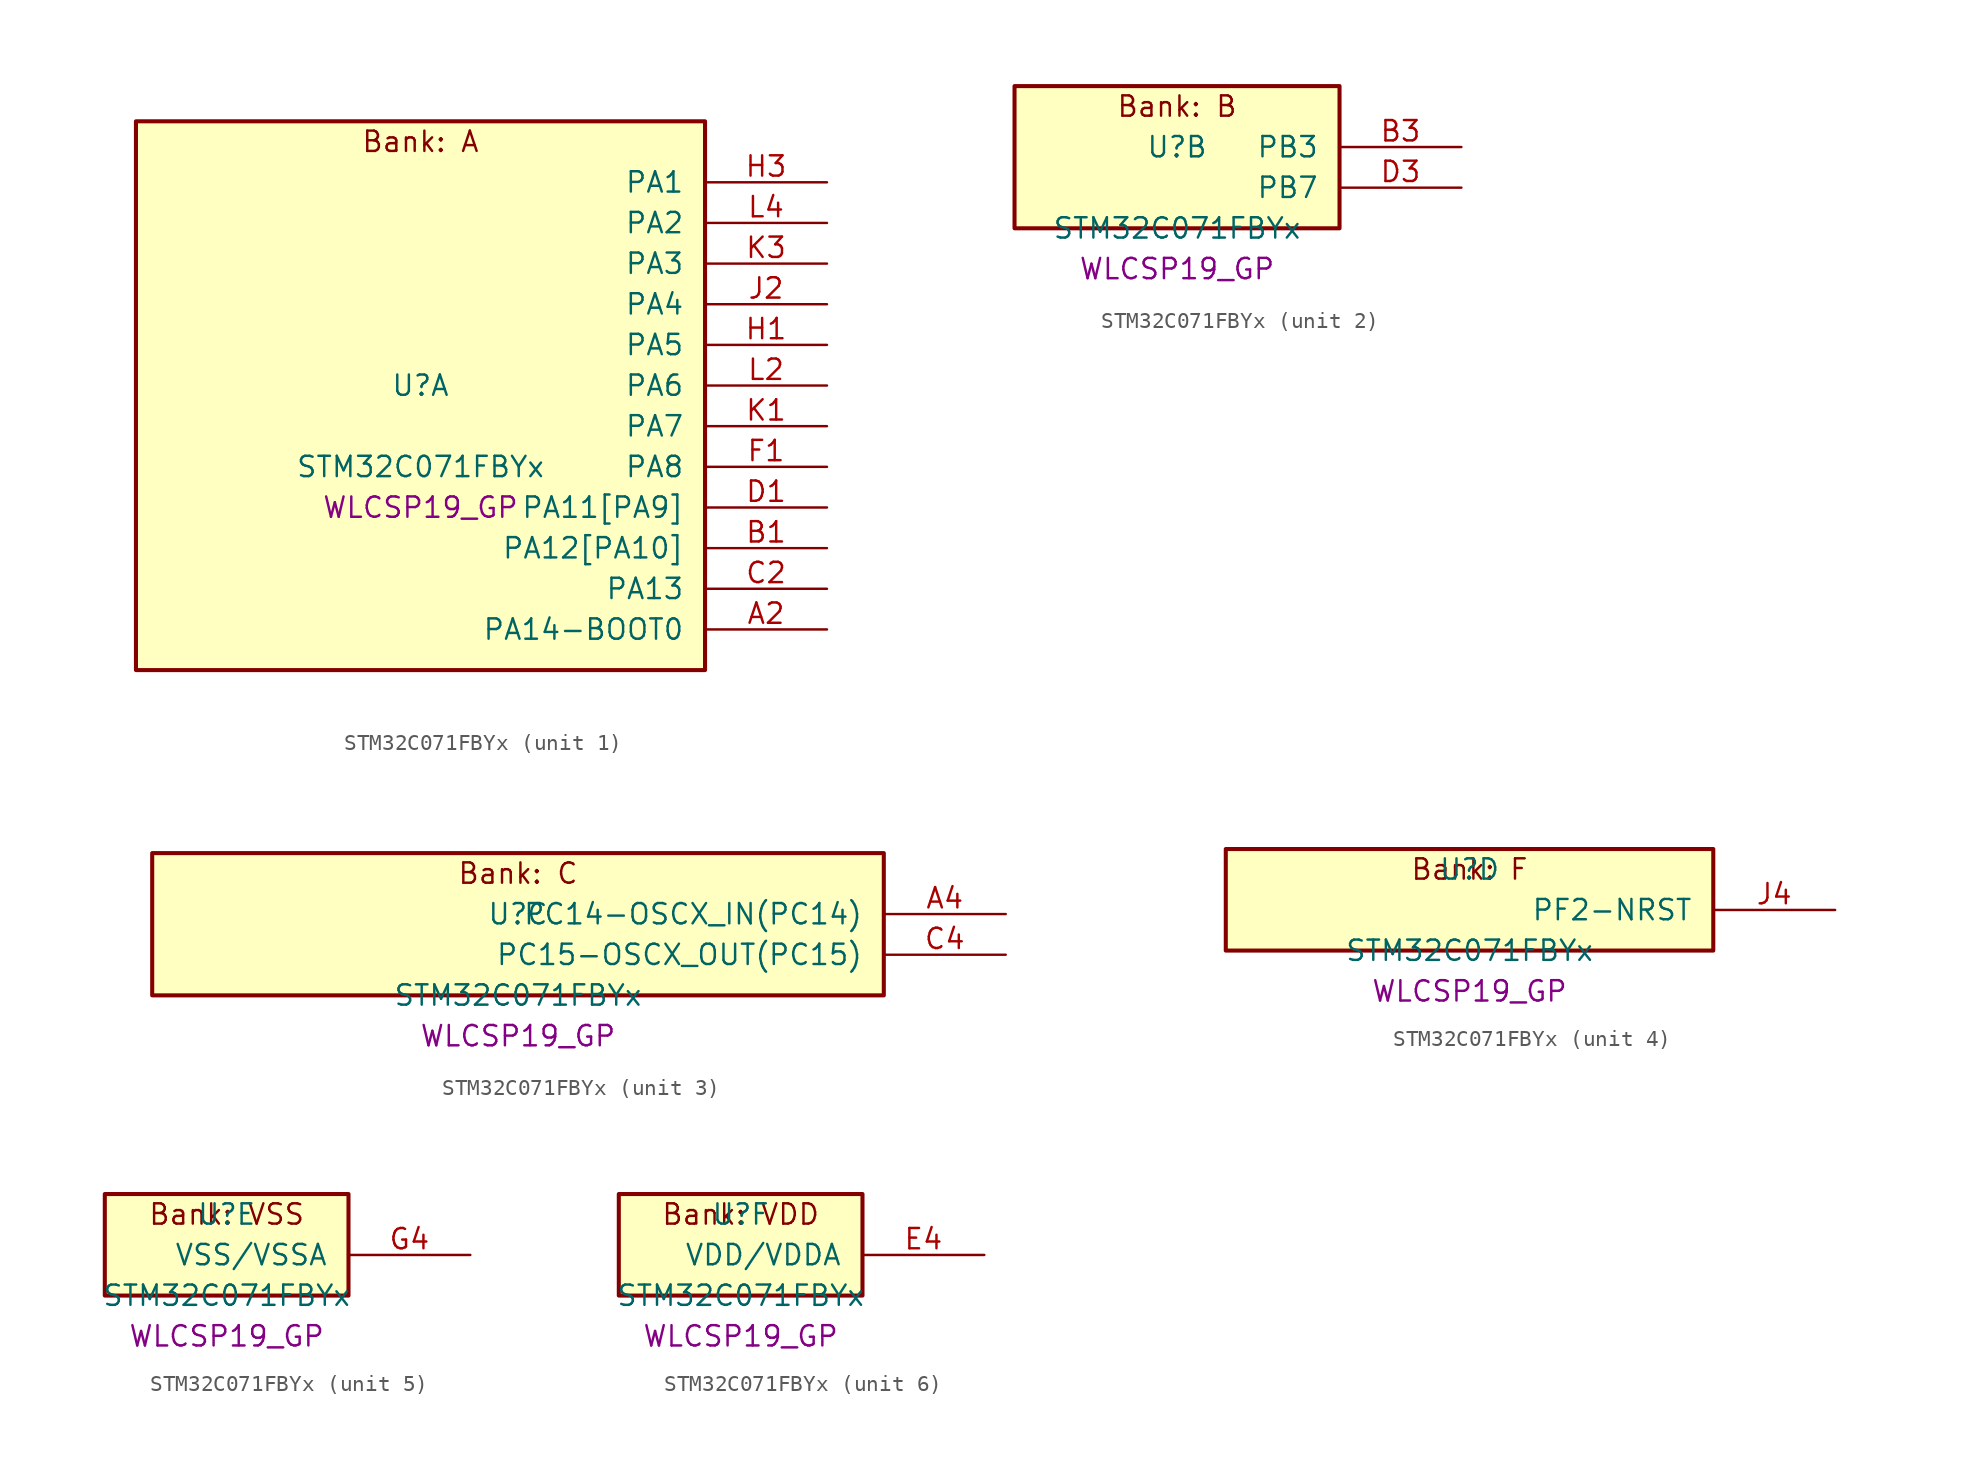
<source format=kicad_sym>
(kicad_symbol_lib
  (version 20241209)
  (generator "stm32_pkl_generator")
  (generator_version "1.0")
  (symbol "STM32C071FBYx"
    (pin_names
      (offset 1.27))
    (property "Reference" "U"
      (at 0 2.54 0))
    (property "Value" "STM32C071FBYx"
      (at 0 -2.54 0))
    (property "Footprint" "WLCSP19_GP"
      (at 0 -5.08 0))
    (symbol "STM32C071FBYx_1_1"
      (rectangle (start -17.78 19.05) (end 17.78 -15.24) (stroke (width 0.254) (type solid)) (fill (type background)))
      (text "Bank: A" (at 0 17.78 0))
      (pin bidirectional line (at 25.4 15.24 180) (length 7.62) (name "PA1") (number "H3") (alternate "PA1/ADC1_IN1" bidirectional line) (alternate "PA1/I2C1_SMBA" bidirectional line) (alternate "PA1/I2S1_CK" bidirectional line) (alternate "PA1/SPI1_SCK" bidirectional line) (alternate "PA1/TIM17_CH1" bidirectional line) (alternate "PA1/TIM1_CH2" bidirectional line) (alternate "PA1/TIM2_CH2" bidirectional line) (alternate "PA1/USART1_RX" bidirectional line) (alternate "PA1/USART2_CK" bidirectional line) (alternate "PA1/USART2_DE" bidirectional line) (alternate "PA1/USART2_RTS" bidirectional line))
      (pin bidirectional line (at 25.4 12.7 180) (length 7.62) (name "PA2") (number "L4") (alternate "PA2/ADC1_IN2" bidirectional line) (alternate "PA2/I2S1_SD" bidirectional line) (alternate "PA2/PWR_WKUP4" bidirectional line) (alternate "PA2/RCC_LSCO" bidirectional line) (alternate "PA2/SPI1_MOSI" bidirectional line) (alternate "PA2/TIM16_CH1N" bidirectional line) (alternate "PA2/TIM1_CH3" bidirectional line) (alternate "PA2/TIM2_CH3" bidirectional line) (alternate "PA2/TIM3_ETR" bidirectional line) (alternate "PA2/USART2_TX" bidirectional line))
      (pin bidirectional line (at 25.4 10.16 180) (length 7.62) (name "PA3") (number "K3") (alternate "PA3/ADC1_IN3" bidirectional line) (alternate "PA3/SPI2_MISO" bidirectional line) (alternate "PA3/TIM1_CH1N" bidirectional line) (alternate "PA3/TIM1_CH4" bidirectional line) (alternate "PA3/TIM2_CH4" bidirectional line) (alternate "PA3/USART2_RX" bidirectional line))
      (pin bidirectional line (at 25.4 7.62 180) (length 7.62) (name "PA4") (number "J2") (alternate "PA4/ADC1_IN4" bidirectional line) (alternate "PA4/I2S1_WS" bidirectional line) (alternate "PA4/PWR_WKUP2" bidirectional line) (alternate "PA4/RTC_OUT1" bidirectional line) (alternate "PA4/RTC_TS" bidirectional line) (alternate "PA4/SPI1_NSS" bidirectional line) (alternate "PA4/SPI2_MOSI" bidirectional line) (alternate "PA4/TIM14_CH1" bidirectional line) (alternate "PA4/TIM17_CH1N" bidirectional line) (alternate "PA4/TIM1_CH2N" bidirectional line) (alternate "PA4/USART2_TX" bidirectional line) (alternate "PA4/USB_NOE" bidirectional line))
      (pin bidirectional line (at 25.4 5.08 180) (length 7.62) (name "PA5") (number "H1") (alternate "PA5/ADC1_IN5" bidirectional line) (alternate "PA5/I2S1_CK" bidirectional line) (alternate "PA5/SPI1_SCK" bidirectional line) (alternate "PA5/TIM1_CH1" bidirectional line) (alternate "PA5/TIM1_CH3N" bidirectional line) (alternate "PA5/TIM2_CH1" bidirectional line) (alternate "PA5/TIM2_ETR" bidirectional line) (alternate "PA5/USART2_RX" bidirectional line))
      (pin bidirectional line (at 25.4 2.54 180) (length 7.62) (name "PA6") (number "L2") (alternate "PA6/ADC1_IN6" bidirectional line) (alternate "PA6/I2C2_SDA" bidirectional line) (alternate "PA6/I2S1_MCK" bidirectional line) (alternate "PA6/SPI1_MISO" bidirectional line) (alternate "PA6/TIM16_CH1" bidirectional line) (alternate "PA6/TIM1_BKIN" bidirectional line) (alternate "PA6/TIM3_CH1" bidirectional line))
      (pin bidirectional line (at 25.4 0 180) (length 7.62) (name "PA7") (number "K1") (alternate "PA7/ADC1_IN7" bidirectional line) (alternate "PA7/I2C2_SCL" bidirectional line) (alternate "PA7/I2S1_SD" bidirectional line) (alternate "PA7/SPI1_MOSI" bidirectional line) (alternate "PA7/TIM14_CH1" bidirectional line) (alternate "PA7/TIM17_CH1" bidirectional line) (alternate "PA7/TIM1_CH1N" bidirectional line) (alternate "PA7/TIM3_CH2" bidirectional line))
      (pin bidirectional line (at 25.4 -2.54 180) (length 7.62) (name "PA8") (number "F1") (alternate "PA8/ADC1_IN8" bidirectional line) (alternate "PA8/CRS_SYNC" bidirectional line) (alternate "PA8/I2S1_WS" bidirectional line) (alternate "PA8/RCC_MCO" bidirectional line) (alternate "PA8/RCC_MCO_2" bidirectional line) (alternate "PA8/SPI1_NSS" bidirectional line) (alternate "PA8/SPI2_MISO" bidirectional line) (alternate "PA8/SPI2_NSS" bidirectional line) (alternate "PA8/TIM14_CH1" bidirectional line) (alternate "PA8/TIM1_CH1" bidirectional line) (alternate "PA8/TIM1_CH2N" bidirectional line) (alternate "PA8/TIM1_CH3N" bidirectional line) (alternate "PA8/TIM3_CH3" bidirectional line) (alternate "PA8/TIM3_CH4" bidirectional line) (alternate "PA8/USART1_RX" bidirectional line) (alternate "PA8/USART2_TX" bidirectional line))
      (pin bidirectional line (at 25.4 -5.08 180) (length 7.62) (name "PA11[PA9]") (number "D1") (alternate "PA11[PA9]/ADC1_EXTI11" bidirectional line) (alternate "PA11[PA9]/I2C2_SCL" bidirectional line) (alternate "PA11[PA9]/I2S1_MCK" bidirectional line) (alternate "PA11[PA9]/SPI1_MISO" bidirectional line) (alternate "PA11[PA9]/TIM1_BKIN2" bidirectional line) (alternate "PA11[PA9]/TIM1_CH4" bidirectional line) (alternate "PA11[PA9]/USART1_CTS" bidirectional line) (alternate "PA11[PA9]/USART1_NSS" bidirectional line) (alternate "PA11[PA9]/USB_DM" bidirectional line) (alternate "PA11[PA9]/PA9[PA11]" bidirectional line) (alternate "PA11[PA9]/I2C1_SCL" bidirectional line) (alternate "PA11[PA9]/RCC_MCO" bidirectional line) (alternate "PA11[PA9]/SPI2_MISO" bidirectional line) (alternate "PA11[PA9]/TIM1_CH2" bidirectional line) (alternate "PA11[PA9]/TIM3_ETR" bidirectional line) (alternate "PA11[PA9]/USART1_TX" bidirectional line))
      (pin bidirectional line (at 25.4 -7.62 180) (length 7.62) (name "PA12[PA10]") (number "B1") (alternate "PA12[PA10]/I2C2_SDA" bidirectional line) (alternate "PA12[PA10]/I2S1_SD" bidirectional line) (alternate "PA12[PA10]/I2S_CKIN" bidirectional line) (alternate "PA12[PA10]/SPI1_MOSI" bidirectional line) (alternate "PA12[PA10]/TIM1_ETR" bidirectional line) (alternate "PA12[PA10]/USART1_CK" bidirectional line) (alternate "PA12[PA10]/USART1_DE" bidirectional line) (alternate "PA12[PA10]/USART1_RTS" bidirectional line) (alternate "PA12[PA10]/USB_DP" bidirectional line) (alternate "PA12[PA10]/PA10[PA12]" bidirectional line) (alternate "PA12[PA10]/I2C1_SDA" bidirectional line) (alternate "PA12[PA10]/RCC_MCO_2" bidirectional line) (alternate "PA12[PA10]/SPI2_MOSI" bidirectional line) (alternate "PA12[PA10]/TIM17_BKIN" bidirectional line) (alternate "PA12[PA10]/TIM1_CH3" bidirectional line) (alternate "PA12[PA10]/USART1_RX" bidirectional line))
      (pin bidirectional line (at 25.4 -10.16 180) (length 7.62) (name "PA13") (number "C2") (alternate "PA13/ADC1_IN13" bidirectional line) (alternate "PA13/DEBUG_SWDIO" bidirectional line) (alternate "PA13/IR_OUT" bidirectional line) (alternate "PA13/TIM3_ETR" bidirectional line) (alternate "PA13/USART2_RX" bidirectional line) (alternate "PA13/USB_NOE" bidirectional line))
      (pin bidirectional line (at 25.4 -12.7 180) (length 7.62) (name "PA14-BOOT0") (number "A2") (alternate "PA14-BOOT0/ADC1_IN14" bidirectional line) (alternate "PA14-BOOT0/DEBUG_SWCLK" bidirectional line) (alternate "PA14-BOOT0/I2S1_WS" bidirectional line) (alternate "PA14-BOOT0/RCC_MCO_2" bidirectional line) (alternate "PA14-BOOT0/SPI1_NSS" bidirectional line) (alternate "PA14-BOOT0/TIM1_CH1" bidirectional line) (alternate "PA14-BOOT0/USART1_CK" bidirectional line) (alternate "PA14-BOOT0/USART1_DE" bidirectional line) (alternate "PA14-BOOT0/USART1_RTS" bidirectional line) (alternate "PA14-BOOT0/USART2_RX" bidirectional line) (alternate "PA14-BOOT0/USART2_TX" bidirectional line) (alternate "PA14-BOOT0/PA15" bidirectional line) (alternate "PA14-BOOT0/TIM2_CH1" bidirectional line) (alternate "PA14-BOOT0/TIM2_ETR" bidirectional line) (alternate "PA14-BOOT0/USB_NOE" bidirectional line)))
    (symbol "STM32C071FBYx_2_1"
      (rectangle (start -10.16 6.35) (end 10.16 -2.54) (stroke (width 0.254) (type solid)) (fill (type background)))
      (text "Bank: B" (at 0 5.08 0))
      (pin bidirectional line (at 17.78 2.54 180) (length 7.62) (name "PB3") (number "B3") (alternate "PB3/I2C2_SCL" bidirectional line) (alternate "PB3/I2S1_CK" bidirectional line) (alternate "PB3/SPI1_SCK" bidirectional line) (alternate "PB3/TIM1_CH2" bidirectional line) (alternate "PB3/TIM2_CH2" bidirectional line) (alternate "PB3/TIM3_CH2" bidirectional line) (alternate "PB3/USART1_CK" bidirectional line) (alternate "PB3/USART1_DE" bidirectional line) (alternate "PB3/USART1_RTS" bidirectional line) (alternate "PB3/PB4" bidirectional line) (alternate "PB3/I2C2_SDA" bidirectional line) (alternate "PB3/I2S1_MCK" bidirectional line) (alternate "PB3/SPI1_MISO" bidirectional line) (alternate "PB3/TIM17_BKIN" bidirectional line) (alternate "PB3/TIM3_CH1" bidirectional line) (alternate "PB3/USART1_CTS" bidirectional line) (alternate "PB3/USART1_NSS" bidirectional line) (alternate "PB3/PB5" bidirectional line) (alternate "PB3/I2C1_SMBA" bidirectional line) (alternate "PB3/I2S1_SD" bidirectional line) (alternate "PB3/PWR_WKUP6" bidirectional line) (alternate "PB3/SPI1_MOSI" bidirectional line) (alternate "PB3/TIM16_BKIN" bidirectional line) (alternate "PB3/TIM3_CH3" bidirectional line) (alternate "PB3/PB6" bidirectional line) (alternate "PB3/I2C1_SCL" bidirectional line) (alternate "PB3/PWR_WKUP3" bidirectional line) (alternate "PB3/SPI2_MISO" bidirectional line) (alternate "PB3/TIM16_CH1N" bidirectional line) (alternate "PB3/TIM1_CH3" bidirectional line) (alternate "PB3/USART1_TX" bidirectional line))
      (pin bidirectional line (at 17.78 0 180) (length 7.62) (name "PB7") (number "D3") (alternate "PB7/I2C1_SCL" bidirectional line) (alternate "PB7/I2C1_SDA" bidirectional line) (alternate "PB7/RTC_REFIN" bidirectional line) (alternate "PB7/SPI2_MOSI" bidirectional line) (alternate "PB7/TIM16_CH1" bidirectional line) (alternate "PB7/TIM17_CH1N" bidirectional line) (alternate "PB7/TIM1_CH4" bidirectional line) (alternate "PB7/TIM3_CH1" bidirectional line) (alternate "PB7/TIM3_CH4" bidirectional line) (alternate "PB7/USART1_RX" bidirectional line) (alternate "PB7/USART2_CTS" bidirectional line) (alternate "PB7/USART2_NSS" bidirectional line) (alternate "PB7/PB8" bidirectional line) (alternate "PB7/SPI2_SCK" bidirectional line)))
    (symbol "STM32C071FBYx_3_1"
      (rectangle (start -22.86 6.35) (end 22.86 -2.54) (stroke (width 0.254) (type solid)) (fill (type background)))
      (text "Bank: C" (at 0 5.08 0))
      (pin bidirectional line (at 30.48 2.54 180) (length 7.62) (name "PC14-OSCX_IN(PC14)") (number "A4") (alternate "PC14-OSCX_IN(PC14)/I2C1_SDA" bidirectional line) (alternate "PC14-OSCX_IN(PC14)/IR_OUT" bidirectional line) (alternate "PC14-OSCX_IN(PC14)/RCC_OSCX_IN" bidirectional line) (alternate "PC14-OSCX_IN(PC14)/SPI2_NSS" bidirectional line) (alternate "PC14-OSCX_IN(PC14)/TIM17_CH1" bidirectional line) (alternate "PC14-OSCX_IN(PC14)/TIM1_BKIN2" bidirectional line) (alternate "PC14-OSCX_IN(PC14)/TIM1_ETR" bidirectional line) (alternate "PC14-OSCX_IN(PC14)/TIM3_CH2" bidirectional line) (alternate "PC14-OSCX_IN(PC14)/USART1_TX" bidirectional line) (alternate "PC14-OSCX_IN(PC14)/USART2_CK" bidirectional line) (alternate "PC14-OSCX_IN(PC14)/USART2_DE" bidirectional line) (alternate "PC14-OSCX_IN(PC14)/USART2_RTS" bidirectional line))
      (pin bidirectional line (at 30.48 0 180) (length 7.62) (name "PC15-OSCX_OUT(PC15)") (number "C4") (alternate "PC15-OSCX_OUT(PC15)/RCC_OSC32_EN" bidirectional line) (alternate "PC15-OSCX_OUT(PC15)/RCC_OSCX_OUT" bidirectional line) (alternate "PC15-OSCX_OUT(PC15)/RCC_OSC_EN" bidirectional line) (alternate "PC15-OSCX_OUT(PC15)/TIM1_ETR" bidirectional line) (alternate "PC15-OSCX_OUT(PC15)/TIM3_CH3" bidirectional line)))
    (symbol "STM32C071FBYx_4_1"
      (rectangle (start -15.24 3.81) (end 15.24 -2.54) (stroke (width 0.254) (type solid)) (fill (type background)))
      (text "Bank: F" (at 0 2.54 0))
      (pin bidirectional line (at 22.86 0 180) (length 7.62) (name "PF2-NRST") (number "J4") (alternate "PF2-NRST/RCC_MCO" bidirectional line) (alternate "PF2-NRST/TIM1_CH4" bidirectional line) (alternate "PF2-NRST/PA0" bidirectional line) (alternate "PF2-NRST/ADC1_IN0" bidirectional line) (alternate "PF2-NRST/PWR_WKUP1" bidirectional line) (alternate "PF2-NRST/SPI2_SCK" bidirectional line) (alternate "PF2-NRST/TIM16_CH1" bidirectional line) (alternate "PF2-NRST/TIM1_CH1" bidirectional line) (alternate "PF2-NRST/TIM2_CH1" bidirectional line) (alternate "PF2-NRST/TIM2_ETR" bidirectional line) (alternate "PF2-NRST/USART1_TX" bidirectional line) (alternate "PF2-NRST/USART2_CTS" bidirectional line) (alternate "PF2-NRST/USART2_NSS" bidirectional line)))
    (symbol "STM32C071FBYx_5_1"
      (rectangle (start -7.62 3.81) (end 7.62 -2.54) (stroke (width 0.254) (type solid)) (fill (type background)))
      (text "Bank: VSS" (at 0 2.54 0))
      (pin power_in line (at 15.24 0 180) (length 7.62) (name "VSS/VSSA") (number "G4")))
    (symbol "STM32C071FBYx_6_1"
      (rectangle (start -7.62 3.81) (end 7.62 -2.54) (stroke (width 0.254) (type solid)) (fill (type background)))
      (text "Bank: VDD" (at 0 2.54 0))
      (pin power_in line (at 15.24 0 180) (length 7.62) (name "VDD/VDDA") (number "E4")))))
</source>
